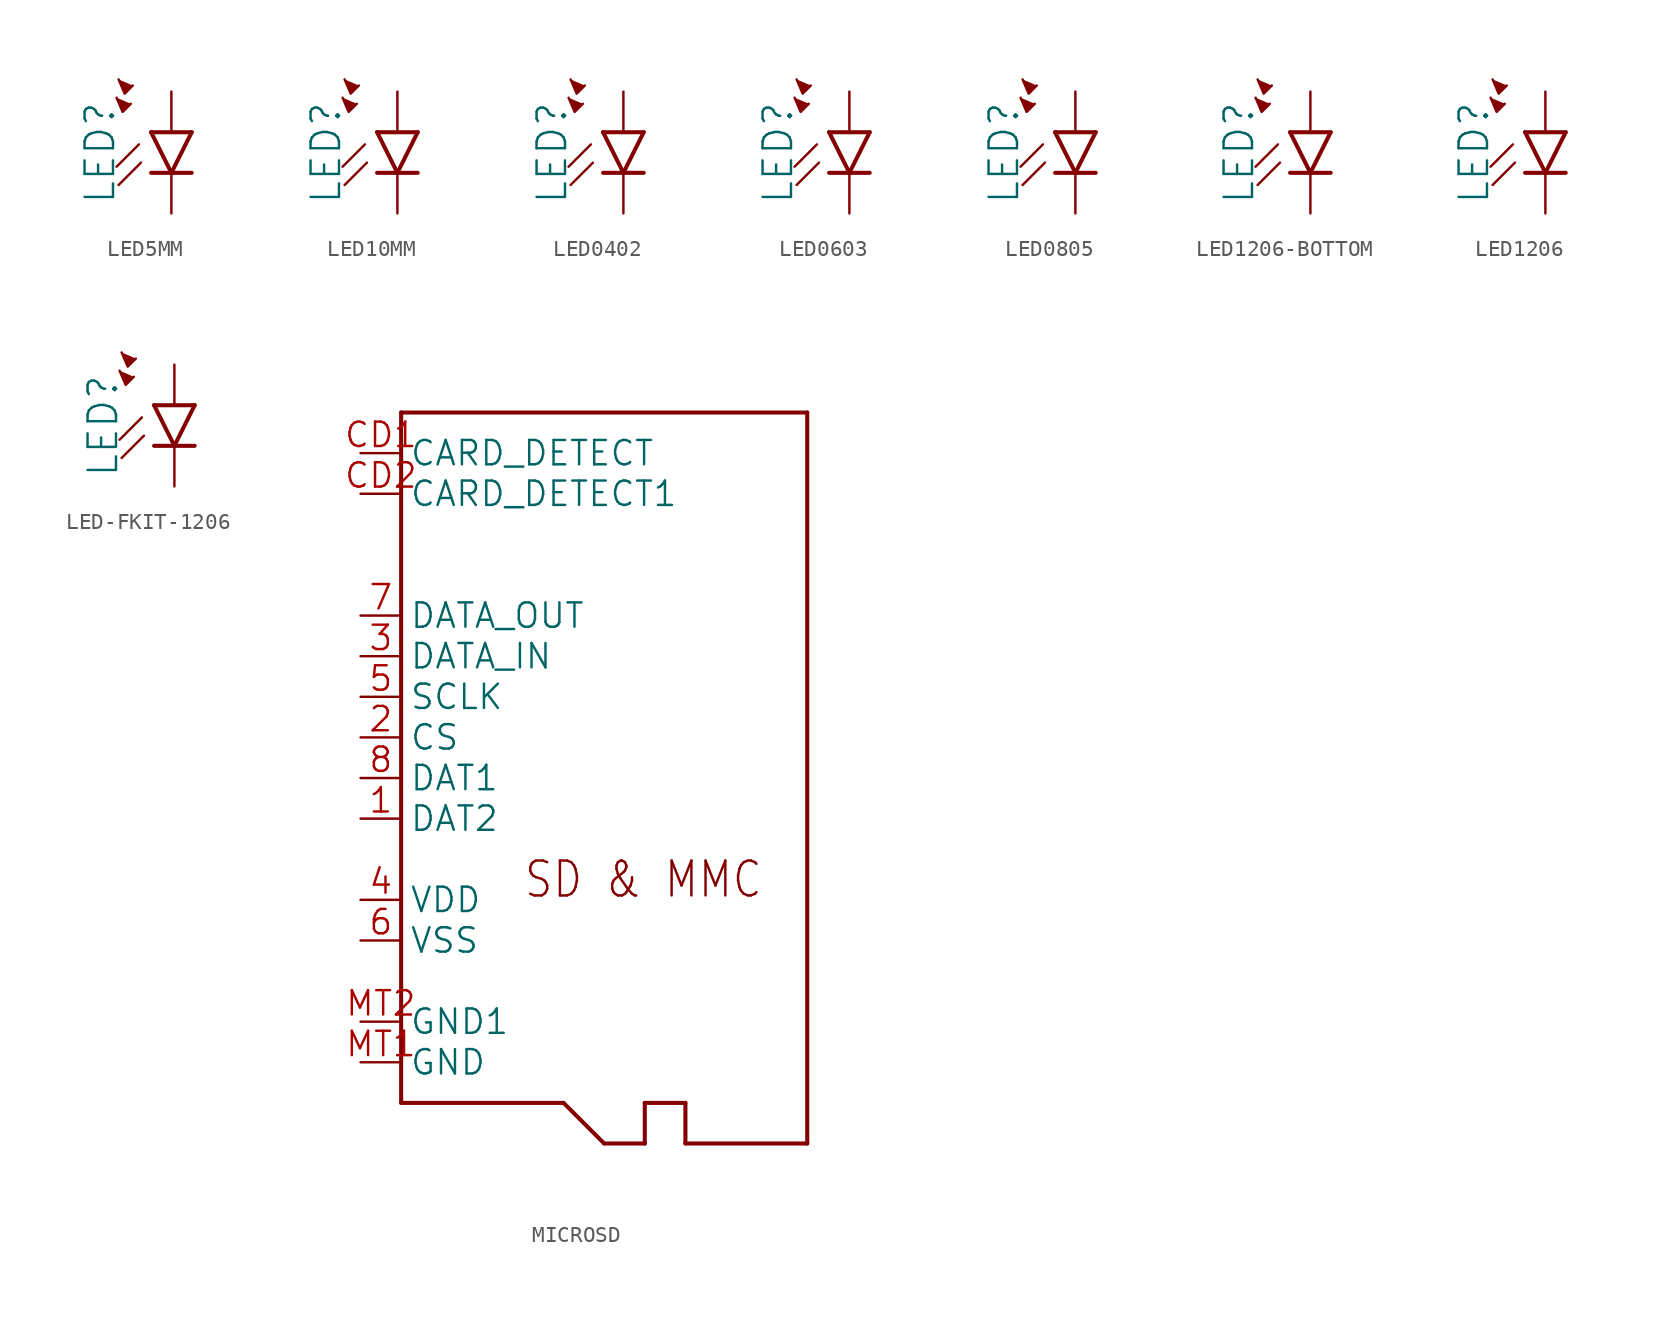
<source format=kicad_sym>
(kicad_symbol_lib
  (version 20241209)
  (generator "kicad_symbol_editor")
  (generator_version "9.0")
  (symbol "LED5MM"
    (property "Reference" "LED"
      (at -3.429 -4.572 90)
      (effects (font (size 1.778 1.778)) (justify left bottom)))
    (property "Value" ""
      (at 1.905 -4.572 90)
      (effects (font (size 1.778 1.778)) (justify left top)))
    (property "ki_locked" ""
      (at 0 0 0)
      (effects (font (size 1.27 1.27))))
    (symbol "LED5MM_1_0"
      (polyline (pts (xy -3.429 2.159) (xy -3.048 1.27) (xy -2.54 1.778)) (stroke (width 0.152) (type solid)) (fill (type outline)))
      (polyline (pts (xy -3.302 3.302) (xy -2.921 2.413) (xy -2.413 2.921)) (stroke (width 0.152) (type solid)) (fill (type outline)))
      (polyline (pts (xy -2.032 -0.762) (xy -3.429 -2.159)) (stroke (width 0.152) (type solid)) (fill (type none)))
      (polyline (pts (xy -1.905 -1.905) (xy -3.302 -3.302)) (stroke (width 0.152) (type solid)) (fill (type none)))
      (polyline (pts (xy 0 -2.54) (xy -1.27 0)) (stroke (width 0.254) (type solid)) (fill (type none)))
      (polyline (pts (xy 0 -2.54) (xy -1.27 -2.54)) (stroke (width 0.254) (type solid)) (fill (type none)))
      (polyline (pts (xy 1.27 0) (xy -1.27 0)) (stroke (width 0.254) (type solid)) (fill (type none)))
      (polyline (pts (xy 1.27 0) (xy 0 -2.54)) (stroke (width 0.254) (type solid)) (fill (type none)))
      (polyline (pts (xy 1.27 -2.54) (xy 0 -2.54)) (stroke (width 0.254) (type solid)) (fill (type none)))
      (pin passive line (at 0 2.54 270) (length 2.54) (name "A" (effects (font (size 0 0)))) (number "A" (effects (font (size 0 0)))))
      (pin passive line (at 0 -5.08 90) (length 2.54) (name "C" (effects (font (size 0 0)))) (number "K" (effects (font (size 0 0)))))))
  (symbol "LED10MM"
    (property "Reference" "LED"
      (at -3.429 -4.572 90)
      (effects (font (size 1.778 1.778)) (justify left bottom)))
    (property "Value" ""
      (at 1.905 -4.572 90)
      (effects (font (size 1.778 1.778)) (justify left top)))
    (property "ki_locked" ""
      (at 0 0 0)
      (effects (font (size 1.27 1.27))))
    (symbol "LED10MM_1_0"
      (polyline (pts (xy -3.429 2.159) (xy -3.048 1.27) (xy -2.54 1.778)) (stroke (width 0.152) (type solid)) (fill (type outline)))
      (polyline (pts (xy -3.302 3.302) (xy -2.921 2.413) (xy -2.413 2.921)) (stroke (width 0.152) (type solid)) (fill (type outline)))
      (polyline (pts (xy -2.032 -0.762) (xy -3.429 -2.159)) (stroke (width 0.152) (type solid)) (fill (type none)))
      (polyline (pts (xy -1.905 -1.905) (xy -3.302 -3.302)) (stroke (width 0.152) (type solid)) (fill (type none)))
      (polyline (pts (xy 0 -2.54) (xy -1.27 0)) (stroke (width 0.254) (type solid)) (fill (type none)))
      (polyline (pts (xy 0 -2.54) (xy -1.27 -2.54)) (stroke (width 0.254) (type solid)) (fill (type none)))
      (polyline (pts (xy 1.27 0) (xy -1.27 0)) (stroke (width 0.254) (type solid)) (fill (type none)))
      (polyline (pts (xy 1.27 0) (xy 0 -2.54)) (stroke (width 0.254) (type solid)) (fill (type none)))
      (polyline (pts (xy 1.27 -2.54) (xy 0 -2.54)) (stroke (width 0.254) (type solid)) (fill (type none)))
      (pin passive line (at 0 2.54 270) (length 2.54) (name "A" (effects (font (size 0 0)))) (number "A" (effects (font (size 0 0)))))
      (pin passive line (at 0 -5.08 90) (length 2.54) (name "C" (effects (font (size 0 0)))) (number "C" (effects (font (size 0 0)))))))
  (symbol "LED0402"
    (property "Reference" "LED"
      (at -3.429 -4.572 90)
      (effects (font (size 1.778 1.778)) (justify left bottom)))
    (property "Value" ""
      (at 1.905 -4.572 90)
      (effects (font (size 1.778 1.778)) (justify left top)))
    (property "ki_locked" ""
      (at 0 0 0)
      (effects (font (size 1.27 1.27))))
    (symbol "LED0402_1_0"
      (polyline (pts (xy -3.429 2.159) (xy -3.048 1.27) (xy -2.54 1.778)) (stroke (width 0.152) (type solid)) (fill (type outline)))
      (polyline (pts (xy -3.302 3.302) (xy -2.921 2.413) (xy -2.413 2.921)) (stroke (width 0.152) (type solid)) (fill (type outline)))
      (polyline (pts (xy -2.032 -0.762) (xy -3.429 -2.159)) (stroke (width 0.152) (type solid)) (fill (type none)))
      (polyline (pts (xy -1.905 -1.905) (xy -3.302 -3.302)) (stroke (width 0.152) (type solid)) (fill (type none)))
      (polyline (pts (xy 0 -2.54) (xy -1.27 0)) (stroke (width 0.254) (type solid)) (fill (type none)))
      (polyline (pts (xy 0 -2.54) (xy -1.27 -2.54)) (stroke (width 0.254) (type solid)) (fill (type none)))
      (polyline (pts (xy 1.27 0) (xy -1.27 0)) (stroke (width 0.254) (type solid)) (fill (type none)))
      (polyline (pts (xy 1.27 0) (xy 0 -2.54)) (stroke (width 0.254) (type solid)) (fill (type none)))
      (polyline (pts (xy 1.27 -2.54) (xy 0 -2.54)) (stroke (width 0.254) (type solid)) (fill (type none)))
      (pin passive line (at 0 2.54 270) (length 2.54) (name "A" (effects (font (size 0 0)))) (number "A" (effects (font (size 0 0)))))
      (pin passive line (at 0 -5.08 90) (length 2.54) (name "C" (effects (font (size 0 0)))) (number "C" (effects (font (size 0 0)))))))
  (symbol "LED0603"
    (property "Reference" "LED"
      (at -3.429 -4.572 90)
      (effects (font (size 1.778 1.778)) (justify left bottom)))
    (property "Value" ""
      (at 1.905 -4.572 90)
      (effects (font (size 1.778 1.778)) (justify left top)))
    (property "ki_locked" ""
      (at 0 0 0)
      (effects (font (size 1.27 1.27))))
    (symbol "LED0603_1_0"
      (polyline (pts (xy -3.429 2.159) (xy -3.048 1.27) (xy -2.54 1.778)) (stroke (width 0.152) (type solid)) (fill (type outline)))
      (polyline (pts (xy -3.302 3.302) (xy -2.921 2.413) (xy -2.413 2.921)) (stroke (width 0.152) (type solid)) (fill (type outline)))
      (polyline (pts (xy -2.032 -0.762) (xy -3.429 -2.159)) (stroke (width 0.152) (type solid)) (fill (type none)))
      (polyline (pts (xy -1.905 -1.905) (xy -3.302 -3.302)) (stroke (width 0.152) (type solid)) (fill (type none)))
      (polyline (pts (xy 0 -2.54) (xy -1.27 0)) (stroke (width 0.254) (type solid)) (fill (type none)))
      (polyline (pts (xy 0 -2.54) (xy -1.27 -2.54)) (stroke (width 0.254) (type solid)) (fill (type none)))
      (polyline (pts (xy 1.27 0) (xy -1.27 0)) (stroke (width 0.254) (type solid)) (fill (type none)))
      (polyline (pts (xy 1.27 0) (xy 0 -2.54)) (stroke (width 0.254) (type solid)) (fill (type none)))
      (polyline (pts (xy 1.27 -2.54) (xy 0 -2.54)) (stroke (width 0.254) (type solid)) (fill (type none)))
      (pin passive line (at 0 2.54 270) (length 2.54) (name "A" (effects (font (size 0 0)))) (number "A" (effects (font (size 0 0)))))
      (pin passive line (at 0 -5.08 90) (length 2.54) (name "C" (effects (font (size 0 0)))) (number "C" (effects (font (size 0 0)))))))
  (symbol "LED0805"
    (property "Reference" "LED"
      (at -3.429 -4.572 90)
      (effects (font (size 1.778 1.778)) (justify left bottom)))
    (property "Value" ""
      (at 1.905 -4.572 90)
      (effects (font (size 1.778 1.778)) (justify left top)))
    (property "ki_locked" ""
      (at 0 0 0)
      (effects (font (size 1.27 1.27))))
    (symbol "LED0805_1_0"
      (polyline (pts (xy -3.429 2.159) (xy -3.048 1.27) (xy -2.54 1.778)) (stroke (width 0.152) (type solid)) (fill (type outline)))
      (polyline (pts (xy -3.302 3.302) (xy -2.921 2.413) (xy -2.413 2.921)) (stroke (width 0.152) (type solid)) (fill (type outline)))
      (polyline (pts (xy -2.032 -0.762) (xy -3.429 -2.159)) (stroke (width 0.152) (type solid)) (fill (type none)))
      (polyline (pts (xy -1.905 -1.905) (xy -3.302 -3.302)) (stroke (width 0.152) (type solid)) (fill (type none)))
      (polyline (pts (xy 0 -2.54) (xy -1.27 0)) (stroke (width 0.254) (type solid)) (fill (type none)))
      (polyline (pts (xy 0 -2.54) (xy -1.27 -2.54)) (stroke (width 0.254) (type solid)) (fill (type none)))
      (polyline (pts (xy 1.27 0) (xy -1.27 0)) (stroke (width 0.254) (type solid)) (fill (type none)))
      (polyline (pts (xy 1.27 0) (xy 0 -2.54)) (stroke (width 0.254) (type solid)) (fill (type none)))
      (polyline (pts (xy 1.27 -2.54) (xy 0 -2.54)) (stroke (width 0.254) (type solid)) (fill (type none)))
      (pin passive line (at 0 2.54 270) (length 2.54) (name "A" (effects (font (size 0 0)))) (number "A" (effects (font (size 0 0)))))
      (pin passive line (at 0 -5.08 90) (length 2.54) (name "C" (effects (font (size 0 0)))) (number "C" (effects (font (size 0 0)))))))
  (symbol "LED1206-BOTTOM"
    (property "Reference" "LED"
      (at -3.429 -4.572 90)
      (effects (font (size 1.778 1.778)) (justify left bottom)))
    (property "Value" ""
      (at 1.905 -4.572 90)
      (effects (font (size 1.778 1.778)) (justify left top)))
    (property "ki_locked" ""
      (at 0 0 0)
      (effects (font (size 1.27 1.27))))
    (symbol "LED1206-BOTTOM_1_0"
      (polyline (pts (xy -3.429 2.159) (xy -3.048 1.27) (xy -2.54 1.778)) (stroke (width 0.152) (type solid)) (fill (type outline)))
      (polyline (pts (xy -3.302 3.302) (xy -2.921 2.413) (xy -2.413 2.921)) (stroke (width 0.152) (type solid)) (fill (type outline)))
      (polyline (pts (xy -2.032 -0.762) (xy -3.429 -2.159)) (stroke (width 0.152) (type solid)) (fill (type none)))
      (polyline (pts (xy -1.905 -1.905) (xy -3.302 -3.302)) (stroke (width 0.152) (type solid)) (fill (type none)))
      (polyline (pts (xy 0 -2.54) (xy -1.27 0)) (stroke (width 0.254) (type solid)) (fill (type none)))
      (polyline (pts (xy 0 -2.54) (xy -1.27 -2.54)) (stroke (width 0.254) (type solid)) (fill (type none)))
      (polyline (pts (xy 1.27 0) (xy -1.27 0)) (stroke (width 0.254) (type solid)) (fill (type none)))
      (polyline (pts (xy 1.27 0) (xy 0 -2.54)) (stroke (width 0.254) (type solid)) (fill (type none)))
      (polyline (pts (xy 1.27 -2.54) (xy 0 -2.54)) (stroke (width 0.254) (type solid)) (fill (type none)))
      (pin passive line (at 0 2.54 270) (length 2.54) (name "A" (effects (font (size 0 0)))) (number "A" (effects (font (size 0 0)))))
      (pin passive line (at 0 -5.08 90) (length 2.54) (name "C" (effects (font (size 0 0)))) (number "C" (effects (font (size 0 0)))))))
  (symbol "LED1206"
    (property "Reference" "LED"
      (at -3.429 -4.572 90)
      (effects (font (size 1.778 1.778)) (justify left bottom)))
    (property "Value" ""
      (at 1.905 -4.572 90)
      (effects (font (size 1.778 1.778)) (justify left top)))
    (property "ki_locked" ""
      (at 0 0 0)
      (effects (font (size 1.27 1.27))))
    (symbol "LED1206_1_0"
      (polyline (pts (xy -3.429 2.159) (xy -3.048 1.27) (xy -2.54 1.778)) (stroke (width 0.152) (type solid)) (fill (type outline)))
      (polyline (pts (xy -3.302 3.302) (xy -2.921 2.413) (xy -2.413 2.921)) (stroke (width 0.152) (type solid)) (fill (type outline)))
      (polyline (pts (xy -2.032 -0.762) (xy -3.429 -2.159)) (stroke (width 0.152) (type solid)) (fill (type none)))
      (polyline (pts (xy -1.905 -1.905) (xy -3.302 -3.302)) (stroke (width 0.152) (type solid)) (fill (type none)))
      (polyline (pts (xy 0 -2.54) (xy -1.27 0)) (stroke (width 0.254) (type solid)) (fill (type none)))
      (polyline (pts (xy 0 -2.54) (xy -1.27 -2.54)) (stroke (width 0.254) (type solid)) (fill (type none)))
      (polyline (pts (xy 1.27 0) (xy -1.27 0)) (stroke (width 0.254) (type solid)) (fill (type none)))
      (polyline (pts (xy 1.27 0) (xy 0 -2.54)) (stroke (width 0.254) (type solid)) (fill (type none)))
      (polyline (pts (xy 1.27 -2.54) (xy 0 -2.54)) (stroke (width 0.254) (type solid)) (fill (type none)))
      (pin passive line (at 0 2.54 270) (length 2.54) (name "A" (effects (font (size 0 0)))) (number "A" (effects (font (size 0 0)))))
      (pin passive line (at 0 -5.08 90) (length 2.54) (name "C" (effects (font (size 0 0)))) (number "C" (effects (font (size 0 0)))))))
  (symbol "LED-FKIT-1206"
    (property "Reference" "LED"
      (at -3.429 -4.572 90)
      (effects (font (size 1.778 1.778)) (justify left bottom)))
    (property "Value" ""
      (at 1.905 -4.572 90)
      (effects (font (size 1.778 1.778)) (justify left top)))
    (property "ki_locked" ""
      (at 0 0 0)
      (effects (font (size 1.27 1.27))))
    (symbol "LED-FKIT-1206_1_0"
      (polyline (pts (xy -3.429 2.159) (xy -3.048 1.27) (xy -2.54 1.778)) (stroke (width 0.152) (type solid)) (fill (type outline)))
      (polyline (pts (xy -3.302 3.302) (xy -2.921 2.413) (xy -2.413 2.921)) (stroke (width 0.152) (type solid)) (fill (type outline)))
      (polyline (pts (xy -2.032 -0.762) (xy -3.429 -2.159)) (stroke (width 0.152) (type solid)) (fill (type none)))
      (polyline (pts (xy -1.905 -1.905) (xy -3.302 -3.302)) (stroke (width 0.152) (type solid)) (fill (type none)))
      (polyline (pts (xy 0 -2.54) (xy -1.27 0)) (stroke (width 0.254) (type solid)) (fill (type none)))
      (polyline (pts (xy 0 -2.54) (xy -1.27 -2.54)) (stroke (width 0.254) (type solid)) (fill (type none)))
      (polyline (pts (xy 1.27 0) (xy -1.27 0)) (stroke (width 0.254) (type solid)) (fill (type none)))
      (polyline (pts (xy 1.27 0) (xy 0 -2.54)) (stroke (width 0.254) (type solid)) (fill (type none)))
      (polyline (pts (xy 1.27 -2.54) (xy 0 -2.54)) (stroke (width 0.254) (type solid)) (fill (type none)))
      (pin passive line (at 0 2.54 270) (length 2.54) (name "A" (effects (font (size 0 0)))) (number "A" (effects (font (size 0 0)))))
      (pin passive line (at 0 -5.08 90) (length 2.54) (name "C" (effects (font (size 0 0)))) (number "C" (effects (font (size 0 0)))))))
  (symbol "MICROSD"
    (property "Reference" ""
      (at 0 0 0)
      (effects (font (size 1.27 1.27)) (hide yes)))
    (property "ki_locked" ""
      (at 0 0 0)
      (effects (font (size 1.27 1.27))))
    (symbol "MICROSD_1_0"
      (polyline (pts (xy -15.24 20.32) (xy -15.24 -22.86)) (stroke (width 0.254) (type solid)) (fill (type none)))
      (polyline (pts (xy -15.24 -22.86) (xy -5.08 -22.86)) (stroke (width 0.254) (type solid)) (fill (type none)))
      (polyline (pts (xy -5.08 -22.86) (xy -2.54 -25.4)) (stroke (width 0.254) (type solid)) (fill (type none)))
      (polyline (pts (xy -2.54 -25.4) (xy 0 -25.4)) (stroke (width 0.254) (type solid)) (fill (type none)))
      (polyline (pts (xy 0 -22.86) (xy 2.54 -22.86)) (stroke (width 0.254) (type solid)) (fill (type none)))
      (polyline (pts (xy 0 -25.4) (xy 0 -22.86)) (stroke (width 0.254) (type solid)) (fill (type none)))
      (polyline (pts (xy 2.54 -22.86) (xy 2.54 -25.4)) (stroke (width 0.254) (type solid)) (fill (type none)))
      (polyline (pts (xy 2.54 -25.4) (xy 10.16 -25.4)) (stroke (width 0.254) (type solid)) (fill (type none)))
      (polyline (pts (xy 10.16 20.32) (xy -15.24 20.32)) (stroke (width 0.254) (type solid)) (fill (type none)))
      (polyline (pts (xy 10.16 -25.4) (xy 10.16 20.32)) (stroke (width 0.254) (type solid)) (fill (type none)))
      (text "SD & MMC" (at -7.62 -10.16 0) (effects (font (size 2.184 1.857)) (justify left bottom)))
      (pin passive line (at -17.78 17.78 0) (length 2.54) (name "CARD_DETECT" (effects (font (size 1.524 1.524)))) (number "CD1" (effects (font (size 1.524 1.524)))))
      (pin passive line (at -17.78 15.24 0) (length 2.54) (name "CARD_DETECT1" (effects (font (size 1.524 1.524)))) (number "CD2" (effects (font (size 1.524 1.524)))))
      (pin output line (at -17.78 7.62 0) (length 2.54) (name "DATA_OUT" (effects (font (size 1.524 1.524)))) (number "7" (effects (font (size 1.524 1.524)))))
      (pin input line (at -17.78 5.08 0) (length 2.54) (name "DATA_IN" (effects (font (size 1.524 1.524)))) (number "3" (effects (font (size 1.524 1.524)))))
      (pin input line (at -17.78 2.54 0) (length 2.54) (name "SCLK" (effects (font (size 1.524 1.524)))) (number "5" (effects (font (size 1.524 1.524)))))
      (pin input line (at -17.78 0 0) (length 2.54) (name "CS" (effects (font (size 1.524 1.524)))) (number "2" (effects (font (size 1.524 1.524)))))
      (pin bidirectional line (at -17.78 -2.54 0) (length 2.54) (name "DAT1" (effects (font (size 1.524 1.524)))) (number "8" (effects (font (size 1.524 1.524)))))
      (pin bidirectional line (at -17.78 -5.08 0) (length 2.54) (name "DAT2" (effects (font (size 1.524 1.524)))) (number "1" (effects (font (size 1.524 1.524)))))
      (pin power_in line (at -17.78 -10.16 0) (length 2.54) (name "VDD" (effects (font (size 1.524 1.524)))) (number "4" (effects (font (size 1.524 1.524)))))
      (pin power_in line (at -17.78 -12.7 0) (length 2.54) (name "VSS" (effects (font (size 1.524 1.524)))) (number "6" (effects (font (size 1.524 1.524)))))
      (pin power_in line (at -17.78 -17.78 0) (length 2.54) (name "GND1" (effects (font (size 1.524 1.524)))) (number "MT2" (effects (font (size 1.524 1.524)))))
      (pin power_in line (at -17.78 -20.32 0) (length 2.54) (name "GND" (effects (font (size 1.524 1.524)))) (number "MT1" (effects (font (size 1.524 1.524))))))))
</source>
